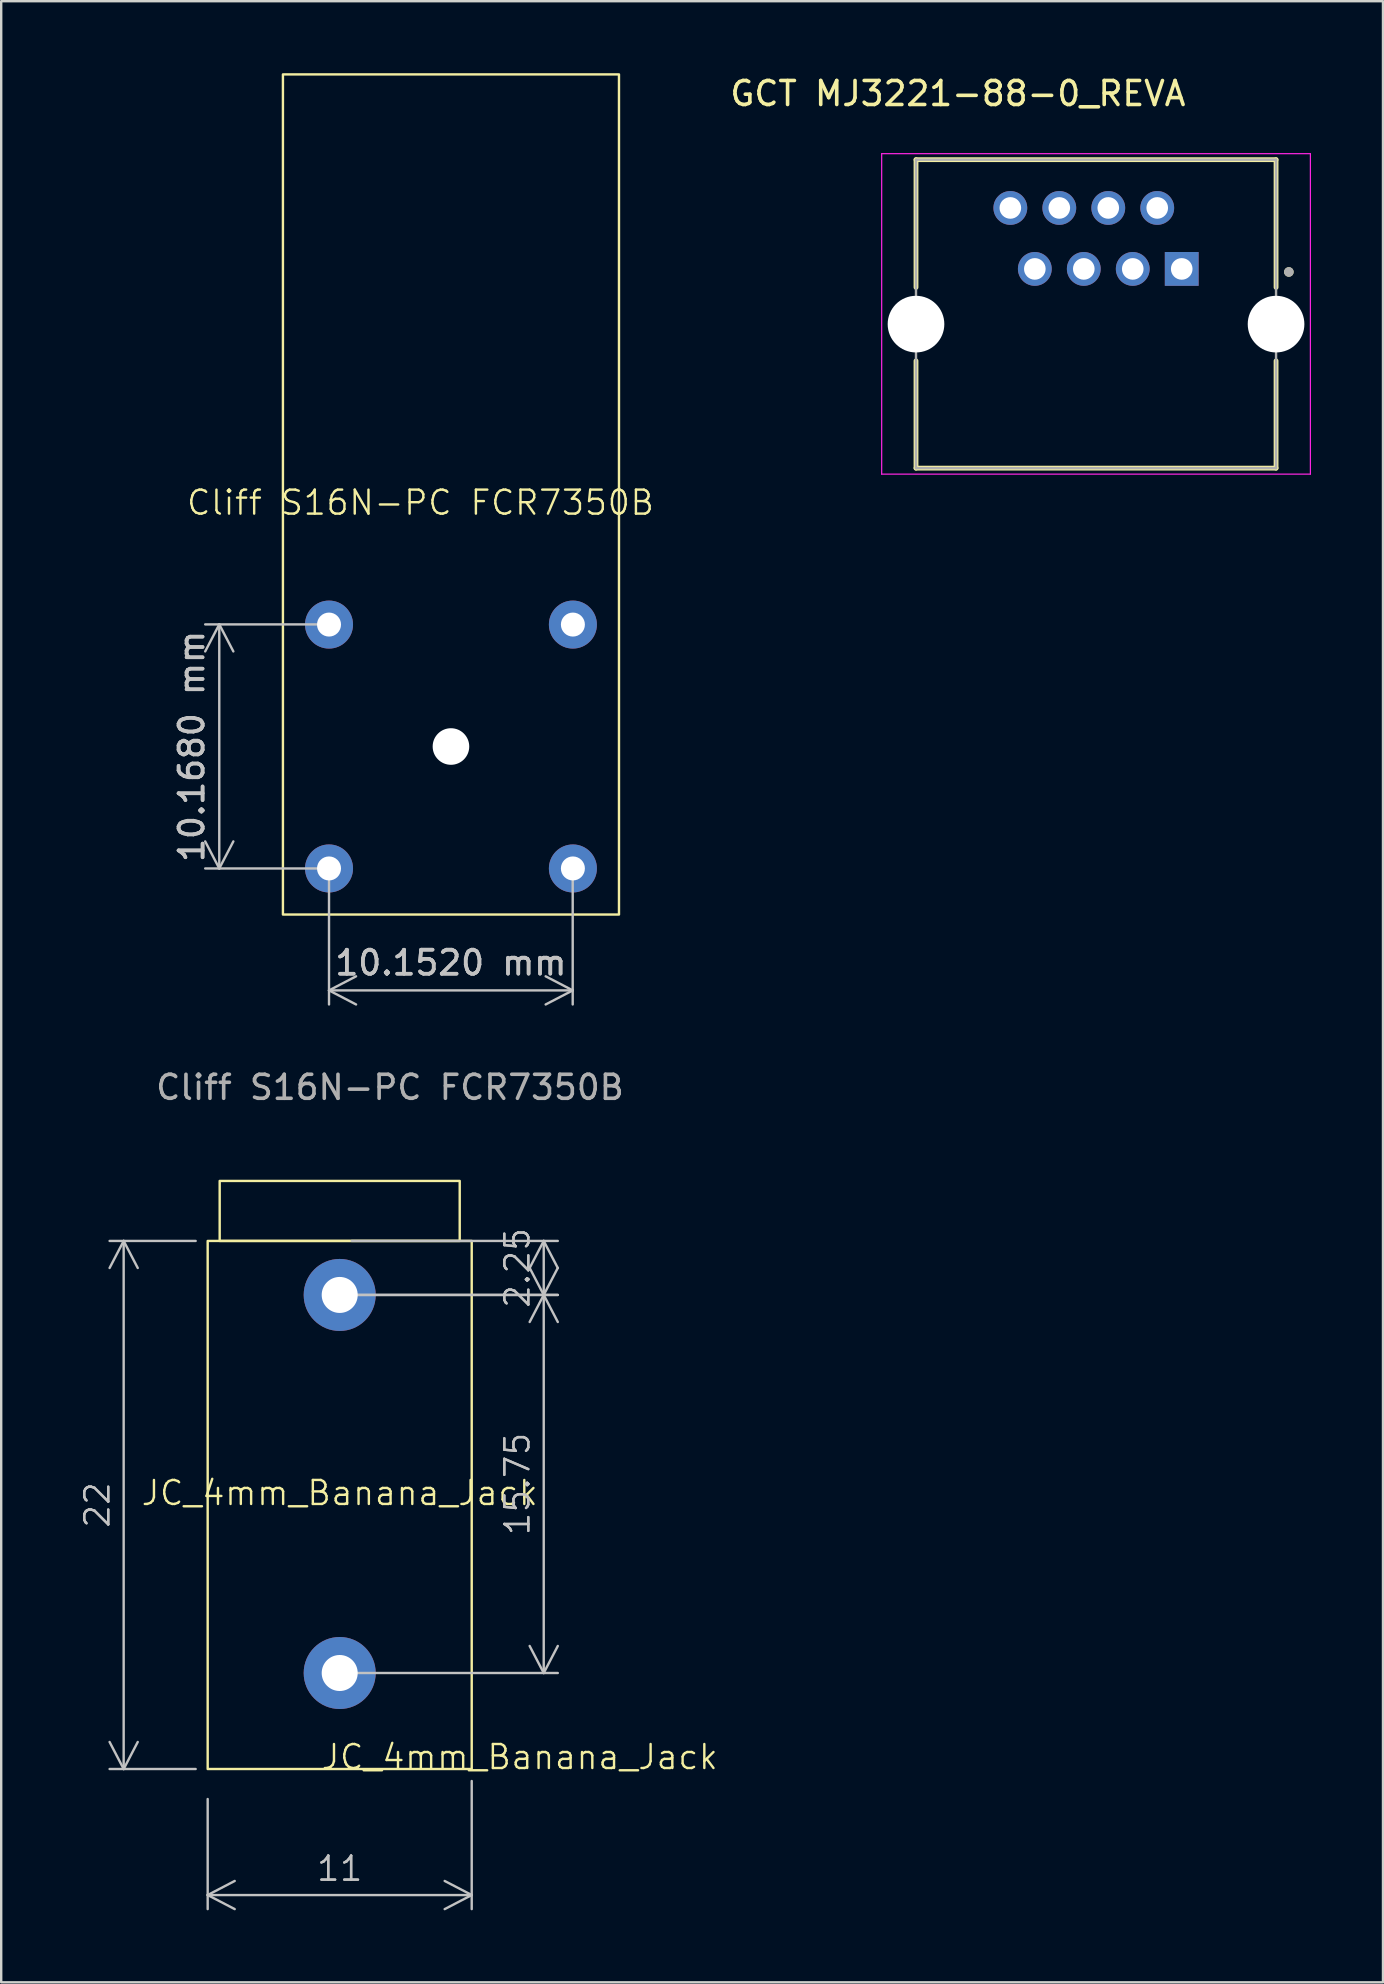
<source format=kicad_pcb>
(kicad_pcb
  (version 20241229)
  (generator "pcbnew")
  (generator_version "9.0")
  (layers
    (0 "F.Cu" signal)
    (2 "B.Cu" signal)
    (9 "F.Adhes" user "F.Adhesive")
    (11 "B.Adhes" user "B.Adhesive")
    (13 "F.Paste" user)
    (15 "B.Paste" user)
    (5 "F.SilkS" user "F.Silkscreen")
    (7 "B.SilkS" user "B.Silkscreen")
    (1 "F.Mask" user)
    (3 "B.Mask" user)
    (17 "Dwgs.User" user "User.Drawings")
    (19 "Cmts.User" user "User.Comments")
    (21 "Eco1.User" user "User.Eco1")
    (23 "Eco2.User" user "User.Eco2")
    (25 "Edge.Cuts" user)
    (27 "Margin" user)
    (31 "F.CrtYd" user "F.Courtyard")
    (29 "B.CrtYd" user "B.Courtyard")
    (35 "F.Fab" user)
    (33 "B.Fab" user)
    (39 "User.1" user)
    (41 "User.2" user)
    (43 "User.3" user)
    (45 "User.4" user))
  (footprint "Cliff S16N-PC FCR7350B"
    (layer "F.Cu")
    (at 15.737 28.05)
    (property "Reference" "Cliff S16N-PC FCR7350B" (at -1.27 -10.16 0) (unlocked yes) (layer "F.SilkS") (effects (font (size 1 1) (thickness 0.1))))
    (attr through_hole)
    (fp_rect (start -7 -28) (end 7 7) (stroke (width 0.1) (type default)) (fill no) (layer "F.SilkS"))
    (fp_text user "${REFERENCE}" (at -2.54 14.2 0) (unlocked yes) (layer "F.Fab") (effects (font (size 1 1) (thickness 0.15))))
    (dimension (type aligned) (layer "Dwgs.User") (pts (xy 10.657 33.13) (xy 20.809 33.13)) (height 5.08) (format (prefix "") (suffix "") (units 3) (units_format 1) (precision 4)) (style (thickness 0.1) (arrow_length 1.27) (text_position_mode 0) (arrow_direction outward) (extension_height 0.586) (extension_offset 0.5) (keep_text_aligned yes)) (gr_text "10.1520 mm" (at 15.733 37.06 0) (layer "Dwgs.User") (effects (font (size 1 1) (thickness 0.15)))))
    (dimension (type aligned) (layer "Dwgs.User") (pts (xy 10.657 33.13) (xy 10.657 22.962)) (height -4.572) (format (prefix "") (suffix "") (units 3) (units_format 1) (precision 4)) (style (thickness 0.1) (arrow_length 1.27) (text_position_mode 0) (arrow_direction outward) (extension_height 0.586) (extension_offset 0.5) (keep_text_aligned yes)) (gr_text "10.1680 mm" (at 4.935 28.046 90) (layer "Dwgs.User") (effects (font (size 1 1) (thickness 0.15)))))
    (pad "" np_thru_hole circle (at 0 0) (size 1.524 1.524) (drill 2) (layers "*.Cu" "*.Mask"))
    (pad "1" thru_hole circle (at -5.08 -5.08) (size 2 2) (drill 1) (layers "*.Cu" "*.Mask"))
    (pad "1" thru_hole circle (at -5.08 5.08) (size 2 2) (drill 1) (layers "*.Cu" "*.Mask"))
    (pad "1" thru_hole circle (at 5.08 -5.08) (size 2 2) (drill 1) (layers "*.Cu" "*.Mask"))
    (pad "1" thru_hole circle (at 5.08 5.08) (size 2 2) (drill 1) (layers "*.Cu" "*.Mask")))
  (footprint "JC_4mm_Banana_Jack"
    (layer "F.Cu")
    (at 11.102 59.648)
    (property "Reference" "JC_4mm_Banana_Jack" (at 0 -0.5 0) (unlocked yes) (layer "F.SilkS") (effects (font (size 1 1) (thickness 0.1))))
    (attr through_hole)
    (fp_rect (start -5.5 -11) (end 5.5 11) (stroke (width 0.1) (type default)) (fill no) (layer "F.SilkS"))
    (fp_rect (start -5 -13.5) (end 5 -11) (stroke (width 0.1) (type default)) (fill no) (layer "F.SilkS"))
    (fp_text user "${REFERENCE}" (at 7.5 10.5 0) (unlocked yes) (layer "F.SilkS") (effects (font (size 1 1) (thickness 0.1))))
    (dimension (type orthogonal) (layer "Dwgs.User") (pts (xy 5.602 48.648) (xy 5.602 70.648)) (height -3.5) (orientation 1) (format (prefix "") (suffix "") (units 3) (units_format 0) (precision 4) (suppress_zeroes yes)) (style (thickness 0.1) (arrow_length 1.27) (text_position_mode 0) (arrow_direction outward) (extension_height 0.586) (extension_offset 0.5) (keep_text_aligned yes)) (gr_text "22" (at 1.002 59.648 90) (layer "Dwgs.User") (effects (font (size 1 1) (thickness 0.1)))))
    (dimension (type orthogonal) (layer "Dwgs.User") (pts (xy 5.602 71.398) (xy 16.602 70.648)) (height 4.5) (orientation 0) (format (prefix "") (suffix "") (units 3) (units_format 0) (precision 4) (suppress_zeroes yes)) (style (thickness 0.1) (arrow_length 1.27) (text_position_mode 0) (arrow_direction outward) (extension_height 0.586) (extension_offset 0.5) (keep_text_aligned yes)) (gr_text "11" (at 11.102 74.798 0) (layer "Dwgs.User") (effects (font (size 1 1) (thickness 0.1)))))
    (dimension (type orthogonal) (layer "Dwgs.User") (pts (xy 11.102 66.648) (xy 11.102 50.898)) (height 8.5) (orientation 1) (format (prefix "") (suffix "") (units 3) (units_format 0) (precision 4) (suppress_zeroes yes)) (style (thickness 0.1) (arrow_length 1.27) (text_position_mode 0) (arrow_direction outward) (extension_height 0.586) (extension_offset 0.5) (keep_text_aligned yes)) (gr_text "15.75" (at 18.502 58.773 90) (layer "Dwgs.User") (effects (font (size 1 1) (thickness 0.1)))))
    (dimension (type orthogonal) (layer "Dwgs.User") (pts (xy 11.102 48.648) (xy 11.102 50.898)) (height 8.5) (orientation 1) (format (prefix "") (suffix "") (units 3) (units_format 0) (precision 4) (suppress_zeroes yes)) (style (thickness 0.1) (arrow_length 1.27) (text_position_mode 0) (arrow_direction outward) (extension_height 0.586) (extension_offset 0.5) (keep_text_aligned yes)) (gr_text "2.25" (at 18.502 49.773 90) (layer "Dwgs.User") (effects (font (size 1 1) (thickness 0.1)))))
    (pad "1" thru_hole circle (at 0 -8.75) (size 3 3) (drill 1.5) (layers "*.Cu" "*.Mask"))
    (pad "1" thru_hole circle (at 0 7) (size 3 3) (drill 1.5) (layers "*.Cu" "*.Mask")))
  (footprint "GCT MJ3221-88-0_REVA"
    (layer "F.Cu")
    (at 42.611 10.028)
    (property "Reference" "GCT MJ3221-88-0_REVA" (at -5.755 -9.18 0) (layer "F.SilkS") (effects (font (size 1 1) (thickness 0.15))))
    (attr through_hole)
    (fp_line (start -7.5 -6.425) (end -7.5 -1.105) (stroke (width 0.2) (type solid)) (layer "F.SilkS"))
    (fp_line (start -7.5 -6.425) (end 7.5 -6.425) (stroke (width 0.2) (type solid)) (layer "F.SilkS"))
    (fp_line (start -7.5 6.425) (end -7.5 1.955) (stroke (width 0.2) (type solid)) (layer "F.SilkS"))
    (fp_line (start -7.5 6.425) (end 7.5 6.425) (stroke (width 0.2) (type solid)) (layer "F.SilkS"))
    (fp_line (start 7.5 -6.425) (end 7.5 -1.105) (stroke (width 0.2) (type solid)) (layer "F.SilkS"))
    (fp_line (start 7.5 6.425) (end 7.5 1.955) (stroke (width 0.2) (type solid)) (layer "F.SilkS"))
    (fp_circle (center 8.033 -1.748) (end 8.133 -1.748) (stroke (width 0.2) (type solid)) (fill no) (layer "F.SilkS"))
    (fp_line (start -8.93 -6.675) (end -8.93 6.675) (stroke (width 0.05) (type solid)) (layer "F.CrtYd"))
    (fp_line (start -8.93 6.675) (end 8.93 6.675) (stroke (width 0.05) (type solid)) (layer "F.CrtYd"))
    (fp_line (start 8.93 -6.675) (end -8.93 -6.675) (stroke (width 0.05) (type solid)) (layer "F.CrtYd"))
    (fp_line (start 8.93 6.675) (end 8.93 -6.675) (stroke (width 0.05) (type solid)) (layer "F.CrtYd"))
    (fp_line (start -7.5 -6.425) (end -7.5 6.425) (stroke (width 0.1) (type solid)) (layer "F.Fab"))
    (fp_line (start -7.5 -6.425) (end 7.5 -6.425) (stroke (width 0.1) (type solid)) (layer "F.Fab"))
    (fp_line (start -7.5 6.425) (end 7.5 6.425) (stroke (width 0.1) (type solid)) (layer "F.Fab"))
    (fp_line (start 7.5 -6.425) (end 7.5 6.425) (stroke (width 0.1) (type solid)) (layer "F.Fab"))
    (fp_circle (center 8.033 -1.748) (end 8.133 -1.748) (stroke (width 0.2) (type solid)) (fill no) (layer "F.Fab"))
    (pad "" np_thru_hole circle (at -7.5 0.425) (size 2.36 2.36) (drill 2.36) (layers "*.Cu" "*.Mask"))
    (pad "" np_thru_hole circle (at 7.5 0.425) (size 2.36 2.36) (drill 2.36) (layers "*.Cu" "*.Mask"))
    (pad "1" thru_hole rect (at 3.57 -1.875) (size 1.408 1.408) (drill 0.9) (layers "*.Cu" "*.Mask"))
    (pad "2" thru_hole circle (at 2.55 -4.415) (size 1.408 1.408) (drill 0.9) (layers "*.Cu" "*.Mask"))
    (pad "3" thru_hole circle (at 1.53 -1.875) (size 1.408 1.408) (drill 0.9) (layers "*.Cu" "*.Mask"))
    (pad "4" thru_hole circle (at 0.51 -4.415) (size 1.408 1.408) (drill 0.9) (layers "*.Cu" "*.Mask"))
    (pad "5" thru_hole circle (at -0.51 -1.875) (size 1.408 1.408) (drill 0.9) (layers "*.Cu" "*.Mask"))
    (pad "6" thru_hole circle (at -1.53 -4.415) (size 1.408 1.408) (drill 0.9) (layers "*.Cu" "*.Mask"))
    (pad "7" thru_hole circle (at -2.55 -1.875) (size 1.408 1.408) (drill 0.9) (layers "*.Cu" "*.Mask"))
    (pad "8" thru_hole circle (at -3.57 -4.415) (size 1.408 1.408) (drill 0.9) (layers "*.Cu" "*.Mask")))
  (gr_rect
    (start -3 -3)
    (end 54.566 79.535)
    (stroke (width 0.1) (type default))
    (fill no)
    (layer "Edge.Cuts")))
</source>
